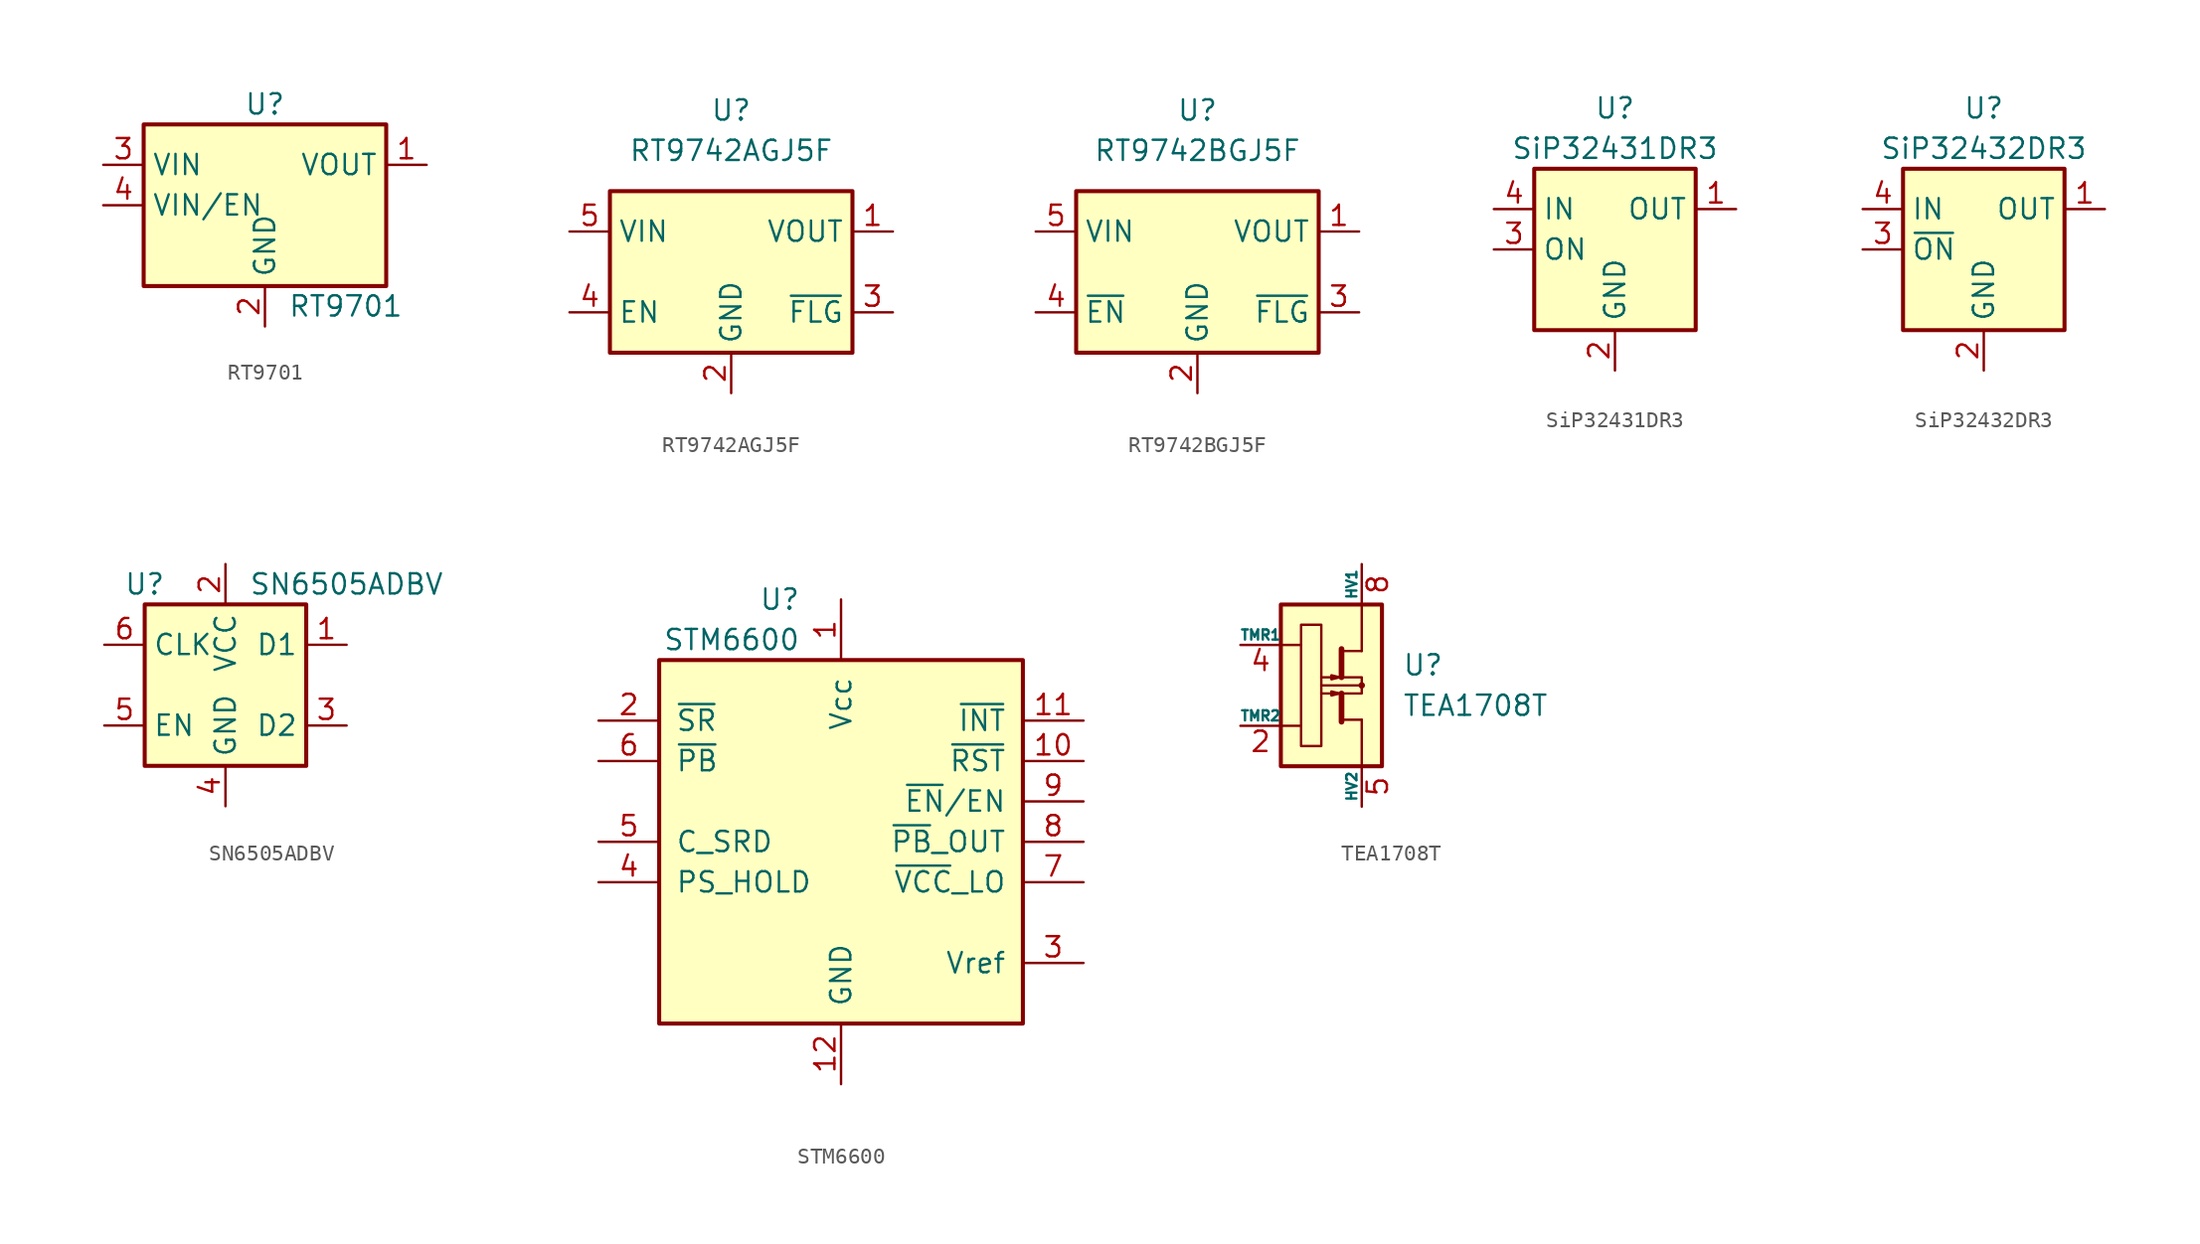
<source format=kicad_sym>
(kicad_symbol_lib
  (version 20201005)
  (generator kicad_symbol_editor)
  (symbol "Power_Management:RT9701"
    (property "Reference" "U"
      (at 0 6.35 0)
      (effects (font (size 1.27 1.27))))
    (property "Value" "RT9701"
      (at 5.08 -6.35 0)
      (effects (font (size 1.27 1.27))))
    (symbol "RT9701_0_1"
      (rectangle (start -7.62 5.08) (end 7.62 -5.08) (stroke (width 0.254)) (fill (type background))))
    (symbol "RT9701_1_1"
      (pin power_out line (at 10.16 2.54 180) (length 2.54) (name "VOUT" (effects (font (size 1.27 1.27)))) (number "1" (effects (font (size 1.27 1.27)))))
      (pin power_in line (at 0 -7.62 90) (length 2.54) (name "GND" (effects (font (size 1.27 1.27)))) (number "2" (effects (font (size 1.27 1.27)))))
      (pin power_in line (at -10.16 2.54 0) (length 2.54) (name "VIN" (effects (font (size 1.27 1.27)))) (number "3" (effects (font (size 1.27 1.27)))))
      (pin input line (at -10.16 0 0) (length 2.54) (name "VIN/EN" (effects (font (size 1.27 1.27)))) (number "4" (effects (font (size 1.27 1.27)))))
      (pin passive line (at 10.16 2.54 180) (length 2.54) hide (name "VOUT" (effects (font (size 1.27 1.27)))) (number "5" (effects (font (size 1.27 1.27)))))))
  (symbol "Power_Management:RT9742AGJ5F"
    (property "Reference" "U"
      (at 0 10.16 0)
      (effects (font (size 1.27 1.27))))
    (property "Value" "RT9742AGJ5F"
      (at 0 7.62 0)
      (effects (font (size 1.27 1.27))))
    (symbol "RT9742AGJ5F_0_1"
      (rectangle (start -7.62 5.08) (end 7.62 -5.08) (stroke (width 0.254)) (fill (type background))))
    (symbol "RT9742AGJ5F_1_1"
      (pin power_out line (at 10.16 2.54 180) (length 2.54) (name "VOUT" (effects (font (size 1.27 1.27)))) (number "1" (effects (font (size 1.27 1.27)))))
      (pin power_in line (at 0 -7.62 90) (length 2.54) (name "GND" (effects (font (size 1.27 1.27)))) (number "2" (effects (font (size 1.27 1.27)))))
      (pin open_collector line (at 10.16 -2.54 180) (length 2.54) (name "~FLG" (effects (font (size 1.27 1.27)))) (number "3" (effects (font (size 1.27 1.27)))))
      (pin input line (at -10.16 -2.54 0) (length 2.54) (name "EN" (effects (font (size 1.27 1.27)))) (number "4" (effects (font (size 1.27 1.27)))))
      (pin power_in line (at -10.16 2.54 0) (length 2.54) (name "VIN" (effects (font (size 1.27 1.27)))) (number "5" (effects (font (size 1.27 1.27)))))))
  (symbol "Power_Management:RT9742BGJ5F"
    (property "Reference" "U"
      (at 0 10.16 0)
      (effects (font (size 1.27 1.27))))
    (property "Value" "RT9742BGJ5F"
      (at 0 7.62 0)
      (effects (font (size 1.27 1.27))))
    (symbol "RT9742BGJ5F_0_1"
      (rectangle (start -7.62 5.08) (end 7.62 -5.08) (stroke (width 0.254)) (fill (type background))))
    (symbol "RT9742BGJ5F_1_1"
      (pin power_out line (at 10.16 2.54 180) (length 2.54) (name "VOUT" (effects (font (size 1.27 1.27)))) (number "1" (effects (font (size 1.27 1.27)))))
      (pin power_in line (at 0 -7.62 90) (length 2.54) (name "GND" (effects (font (size 1.27 1.27)))) (number "2" (effects (font (size 1.27 1.27)))))
      (pin open_collector line (at 10.16 -2.54 180) (length 2.54) (name "~FLG" (effects (font (size 1.27 1.27)))) (number "3" (effects (font (size 1.27 1.27)))))
      (pin input line (at -10.16 -2.54 0) (length 2.54) (name "~EN" (effects (font (size 1.27 1.27)))) (number "4" (effects (font (size 1.27 1.27)))))
      (pin power_in line (at -10.16 2.54 0) (length 2.54) (name "VIN" (effects (font (size 1.27 1.27)))) (number "5" (effects (font (size 1.27 1.27)))))))
  (symbol "Power_Management:SiP32431DR3"
    (property "Reference" "U"
      (at 0 8.89 0)
      (effects (font (size 1.27 1.27))))
    (property "Value" "SiP32431DR3"
      (at 0 6.35 0)
      (effects (font (size 1.27 1.27))))
    (symbol "SiP32431DR3_0_1"
      (rectangle (start -5.08 5.08) (end 5.08 -5.08) (stroke (width 0.254)) (fill (type background))))
    (symbol "SiP32431DR3_1_1"
      (pin passive line (at 7.62 2.54 180) (length 2.54) (name "OUT" (effects (font (size 1.27 1.27)))) (number "1" (effects (font (size 1.27 1.27)))))
      (pin power_in line (at 0 -7.62 90) (length 2.54) (name "GND" (effects (font (size 1.27 1.27)))) (number "2" (effects (font (size 1.27 1.27)))))
      (pin input line (at -7.62 0 0) (length 2.54) (name "ON" (effects (font (size 1.27 1.27)))) (number "3" (effects (font (size 1.27 1.27)))))
      (pin passive line (at -7.62 2.54 0) (length 2.54) (name "IN" (effects (font (size 1.27 1.27)))) (number "4" (effects (font (size 1.27 1.27)))))
      (pin passive line (at 0 -7.62 90) (length 2.54) hide (name "GND" (effects (font (size 1.27 1.27)))) (number "5" (effects (font (size 1.27 1.27)))))
      (pin no_connect line (at 5.08 0 180) (length 2.54) hide (name "NC" (effects (font (size 1.27 1.27)))) (number "6" (effects (font (size 1.27 1.27)))))))
  (symbol "Power_Management:SiP32432DR3"
    (property "Reference" "U"
      (at 0 8.89 0)
      (effects (font (size 1.27 1.27))))
    (property "Value" "SiP32432DR3"
      (at 0 6.35 0)
      (effects (font (size 1.27 1.27))))
    (symbol "SiP32432DR3_0_1"
      (rectangle (start -5.08 5.08) (end 5.08 -5.08) (stroke (width 0.254)) (fill (type background))))
    (symbol "SiP32432DR3_1_1"
      (pin passive line (at 7.62 2.54 180) (length 2.54) (name "OUT" (effects (font (size 1.27 1.27)))) (number "1" (effects (font (size 1.27 1.27)))))
      (pin power_in line (at 0 -7.62 90) (length 2.54) (name "GND" (effects (font (size 1.27 1.27)))) (number "2" (effects (font (size 1.27 1.27)))))
      (pin input line (at -7.62 0 0) (length 2.54) (name "~ON" (effects (font (size 1.27 1.27)))) (number "3" (effects (font (size 1.27 1.27)))))
      (pin passive line (at -7.62 2.54 0) (length 2.54) (name "IN" (effects (font (size 1.27 1.27)))) (number "4" (effects (font (size 1.27 1.27)))))
      (pin passive line (at 0 -7.62 90) (length 2.54) hide (name "GND" (effects (font (size 1.27 1.27)))) (number "5" (effects (font (size 1.27 1.27)))))
      (pin no_connect line (at 5.08 0 180) (length 2.54) hide (name "NC" (effects (font (size 1.27 1.27)))) (number "6" (effects (font (size 1.27 1.27)))))))
  (symbol "Power_Management:SN6505ADBV"
    (property "Reference" "U"
      (at -5.08 6.35 0)
      (effects (font (size 1.27 1.27))))
    (property "Value" "SN6505ADBV"
      (at 7.62 6.35 0)
      (effects (font (size 1.27 1.27))))
    (symbol "SN6505ADBV_0_1"
      (rectangle (start -5.08 5.08) (end 5.08 -5.08) (stroke (width 0.254)) (fill (type background))))
    (symbol "SN6505ADBV_1_1"
      (pin open_collector line (at 7.62 2.54 180) (length 2.54) (name "D1" (effects (font (size 1.27 1.27)))) (number "1" (effects (font (size 1.27 1.27)))))
      (pin power_in line (at 0 7.62 270) (length 2.54) (name "VCC" (effects (font (size 1.27 1.27)))) (number "2" (effects (font (size 1.27 1.27)))))
      (pin open_collector line (at 7.62 -2.54 180) (length 2.54) (name "D2" (effects (font (size 1.27 1.27)))) (number "3" (effects (font (size 1.27 1.27)))))
      (pin power_in line (at 0 -7.62 90) (length 2.54) (name "GND" (effects (font (size 1.27 1.27)))) (number "4" (effects (font (size 1.27 1.27)))))
      (pin input line (at -7.62 -2.54 0) (length 2.54) (name "EN" (effects (font (size 1.27 1.27)))) (number "5" (effects (font (size 1.27 1.27)))))
      (pin input line (at -7.62 2.54 0) (length 2.54) (name "CLK" (effects (font (size 1.27 1.27)))) (number "6" (effects (font (size 1.27 1.27)))))))
  (symbol "Power_Management:STM6600"
    (pin_names
      (offset 1.016))
    (property "Reference" "U"
      (at -2.54 15.24 0)
      (effects (font (size 1.27 1.27)) (justify right)))
    (property "Value" "STM6600"
      (at -2.54 12.7 0)
      (effects (font (size 1.27 1.27)) (justify right)))
    (symbol "STM6600_0_1"
      (rectangle (start -11.43 11.43) (end 11.43 -11.43) (stroke (width 0.254)) (fill (type background))))
    (symbol "STM6600_1_1"
      (pin power_in line (at 0 15.24 270) (length 3.81) (name "Vcc" (effects (font (size 1.27 1.27)))) (number "1" (effects (font (size 1.27 1.27)))))
      (pin open_collector line (at 15.24 5.08 180) (length 3.81) (name "~RST~" (effects (font (size 1.27 1.27)))) (number "10" (effects (font (size 1.27 1.27)))))
      (pin open_collector line (at 15.24 7.62 180) (length 3.81) (name "~INT~" (effects (font (size 1.27 1.27)))) (number "11" (effects (font (size 1.27 1.27)))))
      (pin power_in line (at 0 -15.24 90) (length 3.81) (name "GND" (effects (font (size 1.27 1.27)))) (number "12" (effects (font (size 1.27 1.27)))))
      (pin input line (at -15.24 7.62 0) (length 3.81) (name "~SR~" (effects (font (size 1.27 1.27)))) (number "2" (effects (font (size 1.27 1.27)))))
      (pin output line (at 15.24 -7.62 180) (length 3.81) (name "Vref" (effects (font (size 1.27 1.27)))) (number "3" (effects (font (size 1.27 1.27)))))
      (pin input line (at -15.24 -2.54 0) (length 3.81) (name "PS_HOLD" (effects (font (size 1.27 1.27)))) (number "4" (effects (font (size 1.27 1.27)))))
      (pin input line (at -15.24 0 0) (length 3.81) (name "C_SRD" (effects (font (size 1.27 1.27)))) (number "5" (effects (font (size 1.27 1.27)))))
      (pin input line (at -15.24 5.08 0) (length 3.81) (name "~PB~" (effects (font (size 1.27 1.27)))) (number "6" (effects (font (size 1.27 1.27)))))
      (pin open_collector line (at 15.24 -2.54 180) (length 3.81) (name "~VCC~_LO" (effects (font (size 1.27 1.27)))) (number "7" (effects (font (size 1.27 1.27)))))
      (pin open_collector line (at 15.24 0 180) (length 3.81) (name "~PB~_OUT" (effects (font (size 1.27 1.27)))) (number "8" (effects (font (size 1.27 1.27)))))
      (pin output line (at 15.24 2.54 180) (length 3.81) (name "~EN~/EN" (effects (font (size 1.27 1.27)))) (number "9" (effects (font (size 1.27 1.27)))))))
  (symbol "Power_Management:TEA1708T"
    (pin_names
      (offset 0))
    (property "Reference" "U"
      (at 5.08 1.27 0)
      (effects (font (size 1.27 1.27)) (justify left)))
    (property "Value" "TEA1708T"
      (at 5.08 -1.27 0)
      (effects (font (size 1.27 1.27)) (justify left)))
    (symbol "TEA1708T_0_1"
      (circle (center 2.54 0) (radius 0.127) (stroke (width 0)) (fill (type none)))
      (rectangle (start -1.27 3.81) (end 0 -3.81) (stroke (width 0)) (fill (type none)))
      (rectangle (start -2.54 5.08) (end 3.81 -5.08) (stroke (width 0.254)) (fill (type background)))
      (polyline (pts (xy -2.54 2.54) (xy -1.27 2.54)) (stroke (width 0)) (fill (type none)))
      (polyline (pts (xy -1.27 -2.54) (xy -2.54 -2.54)) (stroke (width 0)) (fill (type none)))
      (polyline (pts (xy 1.27 -2.159) (xy 2.54 -2.159)) (stroke (width 0)) (fill (type none)))
      (polyline (pts (xy 1.27 2.159) (xy 2.54 2.159)) (stroke (width 0)) (fill (type none)))
      (polyline (pts (xy 2.413 0) (xy 0 0)) (stroke (width 0)) (fill (type none)))
      (polyline (pts (xy 2.54 2.159) (xy 2.54 5.08)) (stroke (width 0)) (fill (type none)))
      (polyline (pts (xy 1.27 -0.508) (xy 1.27 -2.286) (xy 1.27 -2.286)) (stroke (width 0.356)) (fill (type none)))
      (polyline (pts (xy 1.27 2.286) (xy 1.27 0.508) (xy 1.27 2.032)) (stroke (width 0.356)) (fill (type none)))
      (polyline (pts (xy 2.54 -2.159) (xy 2.54 -5.08) (xy 2.54 -3.175)) (stroke (width 0)) (fill (type none)))
      (polyline (pts (xy 0 0.508) (xy 2.54 0.508) (xy 2.54 -0.508) (xy 0 -0.508)) (stroke (width 0)) (fill (type none))))
    (symbol "TEA1708T_1_1"
      (polyline (pts (xy 1.143 -0.508) (xy 0.635 -0.635) (xy 0.635 -0.381) (xy 1.143 -0.508)) (stroke (width 0)) (fill (type none)))
      (polyline (pts (xy 1.143 0.508) (xy 0.635 0.381) (xy 0.635 0.635) (xy 1.143 0.508)) (stroke (width 0)) (fill (type none)))
      (pin no_connect line (at -2.54 5.08 0) (length 2.54) hide (name "NC" (effects (font (size 1.27 1.27)))) (number "1" (effects (font (size 1.27 1.27)))))
      (pin passive line (at -5.08 -2.54 0) (length 2.54) (name "TMR2" (effects (font (size 0.635 0.635)))) (number "2" (effects (font (size 1.27 1.27)))))
      (pin no_connect line (at -2.54 2.54 0) (length 2.54) hide (name "NC" (effects (font (size 1.27 1.27)))) (number "3" (effects (font (size 1.27 1.27)))))
      (pin passive line (at -5.08 2.54 0) (length 2.54) (name "TMR1" (effects (font (size 0.635 0.635)))) (number "4" (effects (font (size 1.27 1.27)))))
      (pin passive line (at 2.54 -7.62 90) (length 2.54) (name "HV2" (effects (font (size 0.635 0.635)))) (number "5" (effects (font (size 1.27 1.27)))))
      (pin no_connect line (at -2.54 -2.54 0) (length 2.54) hide (name "NC" (effects (font (size 1.27 1.27)))) (number "6" (effects (font (size 1.27 1.27)))))
      (pin no_connect line (at -2.54 -5.08 0) (length 2.54) hide (name "NC" (effects (font (size 1.27 1.27)))) (number "7" (effects (font (size 1.27 1.27)))))
      (pin passive line (at 2.54 7.62 270) (length 2.54) (name "HV1" (effects (font (size 0.635 0.635)))) (number "8" (effects (font (size 1.27 1.27))))))))
</source>
